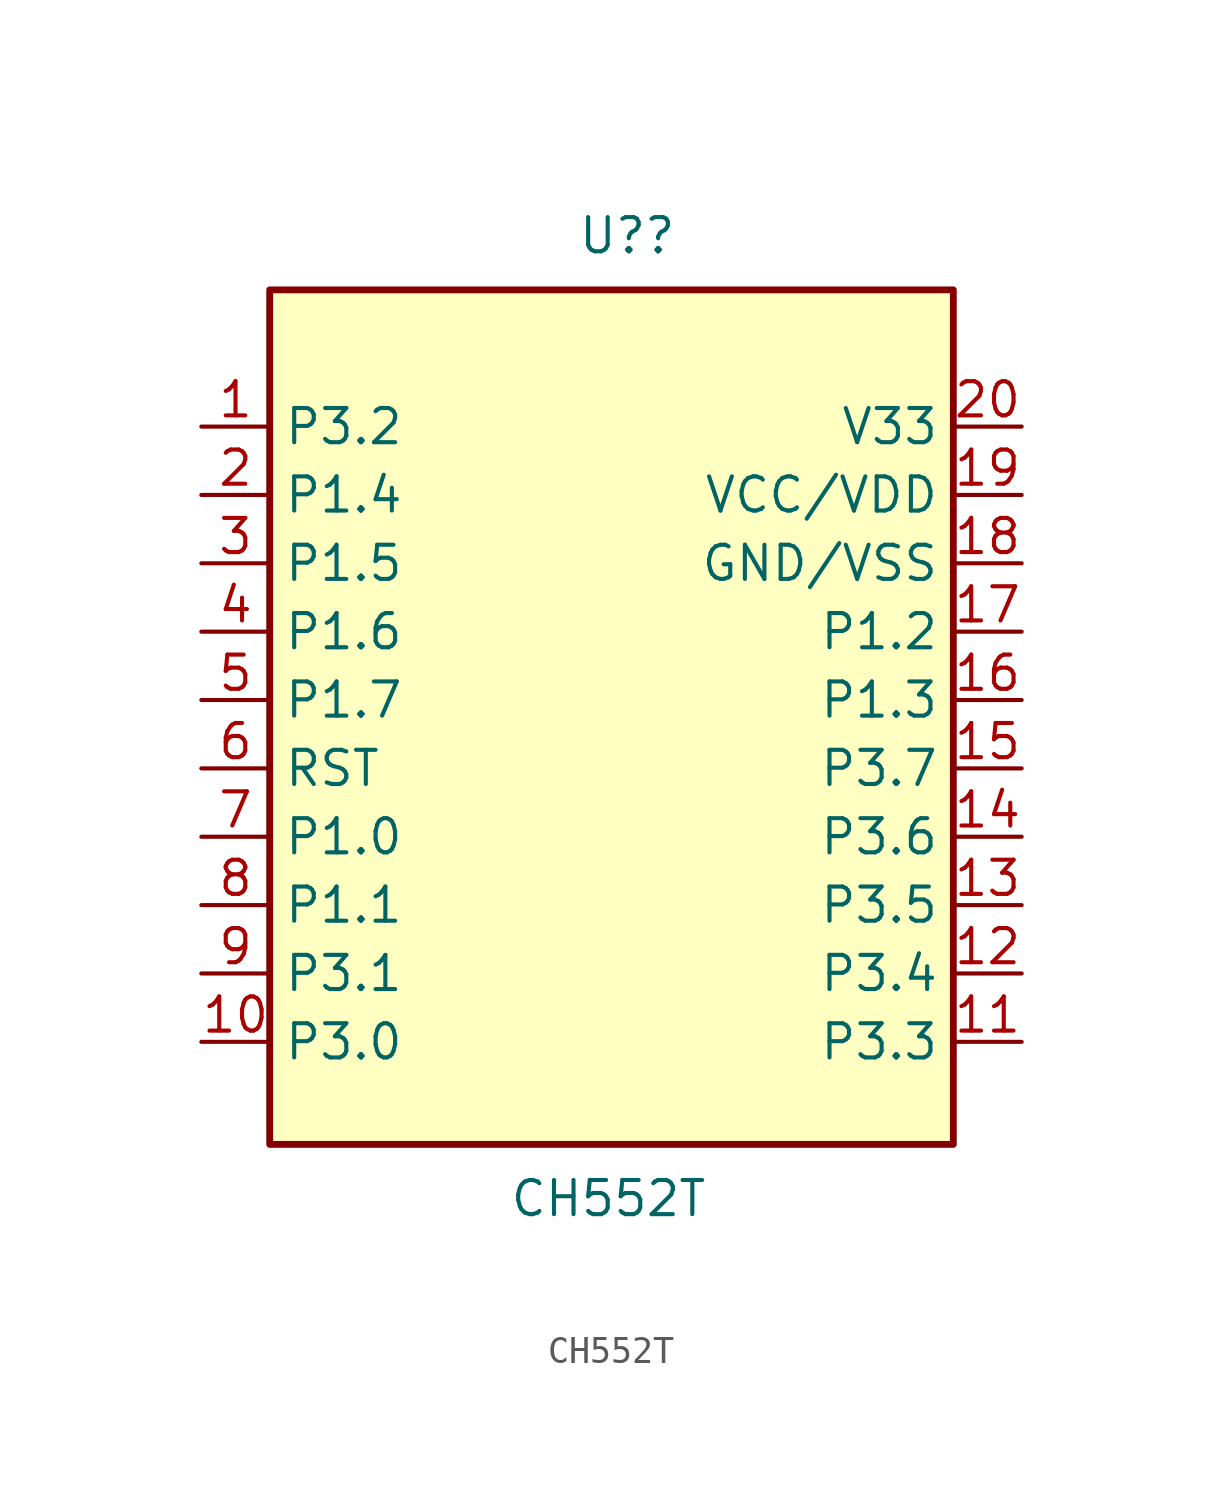
<source format=kicad_sym>
(kicad_symbol_lib
  (version 20220914)
  (generator kicad_symbol_editor)
  (symbol "CH552T"
    (property "Reference" "U?"
      (at -1.27 31.75 0)
      (effects (font (size 1.27 1.27)) (justify left bottom)))
    (property "Value" "CH552T"
      (at -3.81 -2.54 0)
      (effects (font (size 1.27 1.27)) (justify left top)))
    (symbol "CH552T_0_1"
      (rectangle (start -12.7 30.48) (end 12.7 -1.27) (stroke (width 0.254) (type default)) (fill (type background))))
    (symbol "CH552T_1_1"
      (pin bidirectional line (at -15.24 25.4 0) (length 2.54) (name "P3.2" (effects (font (size 1.27 1.27)))) (number "1" (effects (font (size 1.27 1.27)))) (alternate "AIN3" input line) (alternate "INT0" input line) (alternate "TXD1_" output line) (alternate "VBUS1" power_in line))
      (pin bidirectional line (at -15.24 2.54 0) (length 2.54) (name "P3.0" (effects (font (size 1.27 1.27)))) (number "10" (effects (font (size 1.27 1.27)))) (alternate "PWM1_" output line) (alternate "RXD" input line))
      (pin bidirectional line (at 15.24 2.54 180) (length 2.54) (name "P3.3" (effects (font (size 1.27 1.27)))) (number "11" (effects (font (size 1.27 1.27)))) (alternate "INT1" input line))
      (pin bidirectional line (at 15.24 5.08 180) (length 2.54) (name "P3.4" (effects (font (size 1.27 1.27)))) (number "12" (effects (font (size 1.27 1.27)))) (alternate "PWM2" output line) (alternate "RXD1_" input line) (alternate "T0" input line))
      (pin bidirectional line (at 15.24 7.62 180) (length 2.54) (name "P3.5" (effects (font (size 1.27 1.27)))) (number "13" (effects (font (size 1.27 1.27)))) (alternate "T1" input line))
      (pin bidirectional line (at 15.24 10.16 180) (length 2.54) (name "P3.6" (effects (font (size 1.27 1.27)))) (number "14" (effects (font (size 1.27 1.27)))) (alternate "UDP" bidirectional line))
      (pin bidirectional line (at 15.24 12.7 180) (length 2.54) (name "P3.7" (effects (font (size 1.27 1.27)))) (number "15" (effects (font (size 1.27 1.27)))) (alternate "UDM" bidirectional line))
      (pin bidirectional line (at 15.24 15.24 180) (length 2.54) (name "P1.3" (effects (font (size 1.27 1.27)))) (number "16" (effects (font (size 1.27 1.27)))) (alternate "TXD_" output line) (alternate "XO" input inverted_clock))
      (pin bidirectional line (at 15.24 17.78 180) (length 2.54) (name "P1.2" (effects (font (size 1.27 1.27)))) (number "17" (effects (font (size 1.27 1.27)))) (alternate "RXD_" input line) (alternate "XI" input clock))
      (pin power_in line (at 15.24 20.32 180) (length 2.54) (name "GND/VSS" (effects (font (size 1.27 1.27)))) (number "18" (effects (font (size 1.27 1.27)))))
      (pin power_in line (at 15.24 22.86 180) (length 2.54) (name "VCC/VDD" (effects (font (size 1.27 1.27)))) (number "19" (effects (font (size 1.27 1.27)))))
      (pin bidirectional line (at -15.24 22.86 0) (length 2.54) (name "P1.4" (effects (font (size 1.27 1.27)))) (number "2" (effects (font (size 1.27 1.27)))) (alternate "AIN1" input line) (alternate "CAP1_" input line) (alternate "SCS" input line) (alternate "T2_" input line) (alternate "TIN2" input line) (alternate "UCC1" bidirectional line))
      (pin power_in line (at 15.24 25.4 180) (length 2.54) (name "V33" (effects (font (size 1.27 1.27)))) (number "20" (effects (font (size 1.27 1.27)))))
      (pin bidirectional line (at -15.24 20.32 0) (length 2.54) (name "P1.5" (effects (font (size 1.27 1.27)))) (number "3" (effects (font (size 1.27 1.27)))) (alternate "AIN2" input line) (alternate "MOSI" output line) (alternate "PWM1" output line) (alternate "TIN3" input line) (alternate "UCC2" bidirectional line))
      (pin bidirectional line (at -15.24 17.78 0) (length 2.54) (name "P1.6" (effects (font (size 1.27 1.27)))) (number "4" (effects (font (size 1.27 1.27)))) (alternate "MISO" input line) (alternate "RXD1" input line) (alternate "TIN4" input line))
      (pin bidirectional line (at -15.24 15.24 0) (length 2.54) (name "P1.7" (effects (font (size 1.27 1.27)))) (number "5" (effects (font (size 1.27 1.27)))) (alternate "SCK" output line) (alternate "TIN5" input line) (alternate "TXD1" output line))
      (pin input line (at -15.24 12.7 0) (length 2.54) (name "RST" (effects (font (size 1.27 1.27)))) (number "6" (effects (font (size 1.27 1.27)))) (alternate "CAP2_" input line) (alternate "T2EX_" input line))
      (pin bidirectional line (at -15.24 10.16 0) (length 2.54) (name "P1.0" (effects (font (size 1.27 1.27)))) (number "7" (effects (font (size 1.27 1.27)))) (alternate "CAP1" input line) (alternate "T2" bidirectional line) (alternate "TIN0" input line))
      (pin bidirectional line (at -15.24 7.62 0) (length 2.54) (name "P1.1" (effects (font (size 1.27 1.27)))) (number "8" (effects (font (size 1.27 1.27)))) (alternate "AIN0" input line) (alternate "CAP2" input line) (alternate "T2EX" input line) (alternate "TIN1" input line) (alternate "VBUS2" power_in line))
      (pin bidirectional line (at -15.24 5.08 0) (length 2.54) (name "P3.1" (effects (font (size 1.27 1.27)))) (number "9" (effects (font (size 1.27 1.27)))) (alternate "PWM2_" output line) (alternate "TXD" output line)))))
</source>
